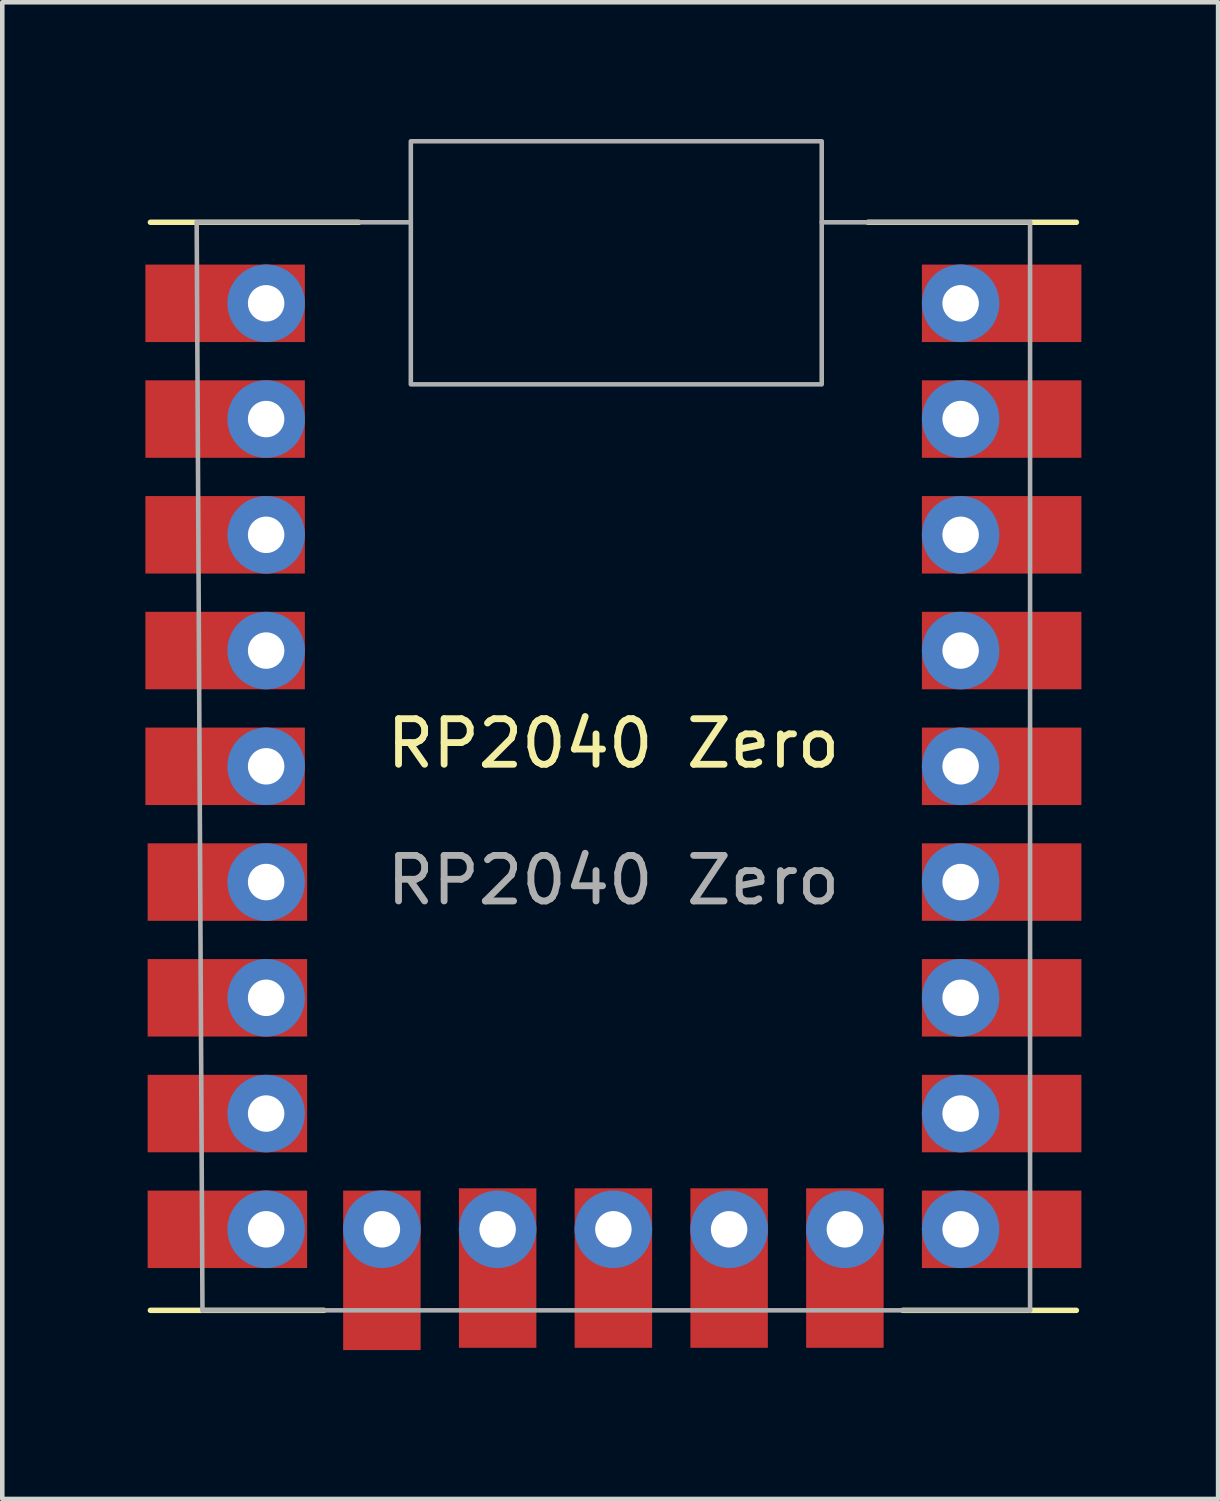
<source format=kicad_pcb>
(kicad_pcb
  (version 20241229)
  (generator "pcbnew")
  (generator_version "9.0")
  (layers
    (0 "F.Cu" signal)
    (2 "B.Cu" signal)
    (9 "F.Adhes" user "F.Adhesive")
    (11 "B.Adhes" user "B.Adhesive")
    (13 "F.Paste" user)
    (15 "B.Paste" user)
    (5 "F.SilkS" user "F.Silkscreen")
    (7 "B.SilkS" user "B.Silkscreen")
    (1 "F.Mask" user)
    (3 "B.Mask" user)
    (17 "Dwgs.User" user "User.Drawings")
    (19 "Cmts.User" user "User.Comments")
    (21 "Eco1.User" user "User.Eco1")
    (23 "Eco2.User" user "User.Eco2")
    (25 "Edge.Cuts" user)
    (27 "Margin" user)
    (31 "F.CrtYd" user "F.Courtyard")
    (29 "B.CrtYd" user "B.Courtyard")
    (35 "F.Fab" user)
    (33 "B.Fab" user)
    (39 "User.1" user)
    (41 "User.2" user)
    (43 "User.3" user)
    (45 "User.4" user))
  (footprint "RP2040 Zero"
    (layer "F.Cu")
    (at 0.25 26.593)
    (property "Reference" "RP2040 Zero" (at 10.16 -13.327 0) (unlocked yes) (layer "F.SilkS") (effects (font (size 1 1) (thickness 0.15))))
    (attr through_hole)
    (fp_line (start 0 -24.765) (end 4.572 -24.765) (stroke (width 0.12) (type default)) (layer "F.SilkS"))
    (fp_line (start 0 -0.889) (end 3.81 -0.889) (stroke (width 0.12) (type default)) (layer "F.SilkS"))
    (fp_line (start 15.748 -24.765) (end 20.32 -24.765) (stroke (width 0.12) (type default)) (layer "F.SilkS"))
    (fp_line (start 16.51 -0.889) (end 20.32 -0.889) (stroke (width 0.12) (type default)) (layer "F.SilkS"))
    (fp_line (start 1.016 -24.765) (end 5.715 -24.765) (stroke (width 0.1) (type default)) (layer "F.Fab"))
    (fp_line (start 1.143 -0.889) (end 1.016 -24.765) (stroke (width 0.1) (type default)) (layer "F.Fab"))
    (fp_line (start 14.732 -24.765) (end 19.304 -24.765) (stroke (width 0.1) (type default)) (layer "F.Fab"))
    (fp_line (start 19.304 -24.765) (end 19.304 -0.889) (stroke (width 0.1) (type default)) (layer "F.Fab"))
    (fp_line (start 19.304 -0.889) (end 1.143 -0.889) (stroke (width 0.1) (type default)) (layer "F.Fab"))
    (fp_rect (start 5.715 -26.543) (end 14.732 -21.209) (stroke (width 0.1) (type default)) (fill no) (layer "F.Fab"))
    (fp_text user "${REFERENCE}" (at 10.16 -10.327 0) (unlocked yes) (layer "F.Fab") (effects (font (size 1 1) (thickness 0.15))))
    (pad "1" smd rect (at 1.64 -22.987) (size 3.5 1.7) (layers "F.Cu" "F.Mask"))
    (pad "1" thru_hole circle (at 2.54 -22.987) (size 1.7 1.7) (drill 0.8) (layers "*.Cu" "*.Mask"))
    (pad "2" smd rect (at 1.64 -20.447) (size 3.5 1.7) (layers "F.Cu" "F.Mask"))
    (pad "2" thru_hole circle (at 2.54 -20.447) (size 1.7 1.7) (drill 0.8) (layers "*.Cu" "*.Mask"))
    (pad "3" smd rect (at 1.64 -17.907) (size 3.5 1.7) (layers "F.Cu" "F.Mask"))
    (pad "3" thru_hole circle (at 2.54 -17.907) (size 1.7 1.7) (drill 0.8) (layers "*.Cu" "*.Mask"))
    (pad "4" smd rect (at 1.64 -15.367) (size 3.5 1.7) (layers "F.Cu" "F.Mask"))
    (pad "4" thru_hole circle (at 2.54 -15.367) (size 1.7 1.7) (drill 0.8) (layers "*.Cu" "*.Mask"))
    (pad "5" smd rect (at 1.64 -12.827) (size 3.5 1.7) (layers "F.Cu" "F.Mask"))
    (pad "5" thru_hole circle (at 2.54 -12.827) (size 1.7 1.7) (drill 0.8) (layers "*.Cu" "*.Mask"))
    (pad "6" smd rect (at 1.69 -10.287) (size 3.5 1.7) (layers "F.Cu" "F.Mask"))
    (pad "6" thru_hole circle (at 2.54 -10.287) (size 1.7 1.7) (drill 0.8) (layers "*.Cu" "*.Mask"))
    (pad "7" smd rect (at 1.69 -7.747) (size 3.5 1.7) (layers "F.Cu" "F.Mask"))
    (pad "7" thru_hole circle (at 2.54 -7.747) (size 1.7 1.7) (drill 0.8) (layers "*.Cu" "*.Mask"))
    (pad "8" smd rect (at 1.69 -5.207) (size 3.5 1.7) (layers "F.Cu" "F.Mask"))
    (pad "8" thru_hole circle (at 2.54 -5.207) (size 1.7 1.7) (drill 0.8) (layers "*.Cu" "*.Mask"))
    (pad "9" smd rect (at 1.69 -2.667) (size 3.5 1.7) (layers "F.Cu" "F.Mask"))
    (pad "9" thru_hole circle (at 2.54 -2.667) (size 1.7 1.7) (drill 0.8) (layers "*.Cu" "*.Mask"))
    (pad "10" thru_hole circle (at 17.78 -22.987) (size 1.7 1.7) (drill 0.8) (layers "*.Cu" "*.Mask"))
    (pad "10" smd rect (at 18.68 -22.987) (size 3.5 1.7) (layers "F.Cu" "F.Mask"))
    (pad "11" thru_hole circle (at 17.78 -20.447) (size 1.7 1.7) (drill 0.8) (layers "*.Cu" "*.Mask"))
    (pad "11" smd rect (at 18.68 -20.447) (size 3.5 1.7) (layers "F.Cu" "F.Mask"))
    (pad "12" thru_hole circle (at 17.78 -17.907) (size 1.7 1.7) (drill 0.8) (layers "*.Cu" "*.Mask"))
    (pad "12" smd rect (at 18.68 -17.907) (size 3.5 1.7) (layers "F.Cu" "F.Mask"))
    (pad "13" thru_hole circle (at 17.78 -15.367) (size 1.7 1.7) (drill 0.8) (layers "*.Cu" "*.Mask"))
    (pad "13" smd rect (at 18.68 -15.367) (size 3.5 1.7) (layers "F.Cu" "F.Mask"))
    (pad "14" thru_hole circle (at 17.78 -12.827) (size 1.7 1.7) (drill 0.8) (layers "*.Cu" "*.Mask"))
    (pad "14" smd rect (at 18.68 -12.827) (size 3.5 1.7) (layers "F.Cu" "F.Mask"))
    (pad "15" thru_hole circle (at 17.78 -10.287) (size 1.7 1.7) (drill 0.8) (layers "*.Cu" "*.Mask"))
    (pad "15" smd rect (at 18.68 -10.287) (size 3.5 1.7) (layers "F.Cu" "F.Mask"))
    (pad "16" thru_hole circle (at 17.78 -7.747) (size 1.7 1.7) (drill 0.8) (layers "*.Cu" "*.Mask"))
    (pad "16" smd rect (at 18.68 -7.747) (size 3.5 1.7) (layers "F.Cu" "F.Mask"))
    (pad "17" thru_hole circle (at 17.78 -5.207) (size 1.7 1.7) (drill 0.8) (layers "*.Cu" "*.Mask"))
    (pad "17" smd rect (at 18.68 -5.207) (size 3.5 1.7) (layers "F.Cu" "F.Mask"))
    (pad "18" thru_hole circle (at 17.78 -2.667) (size 1.7 1.7) (drill 0.8) (layers "*.Cu" "*.Mask"))
    (pad "18" smd rect (at 18.68 -2.667) (size 3.5 1.7) (layers "F.Cu" "F.Mask"))
    (pad "19" thru_hole circle (at 5.08 -2.667) (size 1.7 1.7) (drill 0.8) (layers "*.Cu" "*.Mask"))
    (pad "19" smd rect (at 5.08 -1.767 90) (size 3.5 1.7) (layers "F.Cu" "F.Mask"))
    (pad "20" thru_hole circle (at 7.62 -2.667) (size 1.7 1.7) (drill 0.8) (layers "*.Cu" "*.Mask"))
    (pad "20" smd rect (at 7.62 -1.817 90) (size 3.5 1.7) (layers "F.Cu" "F.Mask"))
    (pad "21" thru_hole circle (at 10.16 -2.667) (size 1.7 1.7) (drill 0.8) (layers "*.Cu" "*.Mask"))
    (pad "21" smd rect (at 10.16 -1.817 90) (size 3.5 1.7) (layers "F.Cu" "F.Mask"))
    (pad "22" thru_hole circle (at 12.7 -2.667) (size 1.7 1.7) (drill 0.8) (layers "*.Cu" "*.Mask"))
    (pad "22" smd rect (at 12.7 -1.817 90) (size 3.5 1.7) (layers "F.Cu" "F.Mask"))
    (pad "23" thru_hole circle (at 15.24 -2.667) (size 1.7 1.7) (drill 0.8) (layers "*.Cu" "*.Mask"))
    (pad "23" smd rect (at 15.24 -1.817 90) (size 3.5 1.7) (layers "F.Cu" "F.Mask")))
  (gr_rect
    (start -3 -3)
    (end 23.68 29.843)
    (stroke (width 0.1) (type default))
    (fill no)
    (layer "Edge.Cuts")))
</source>
